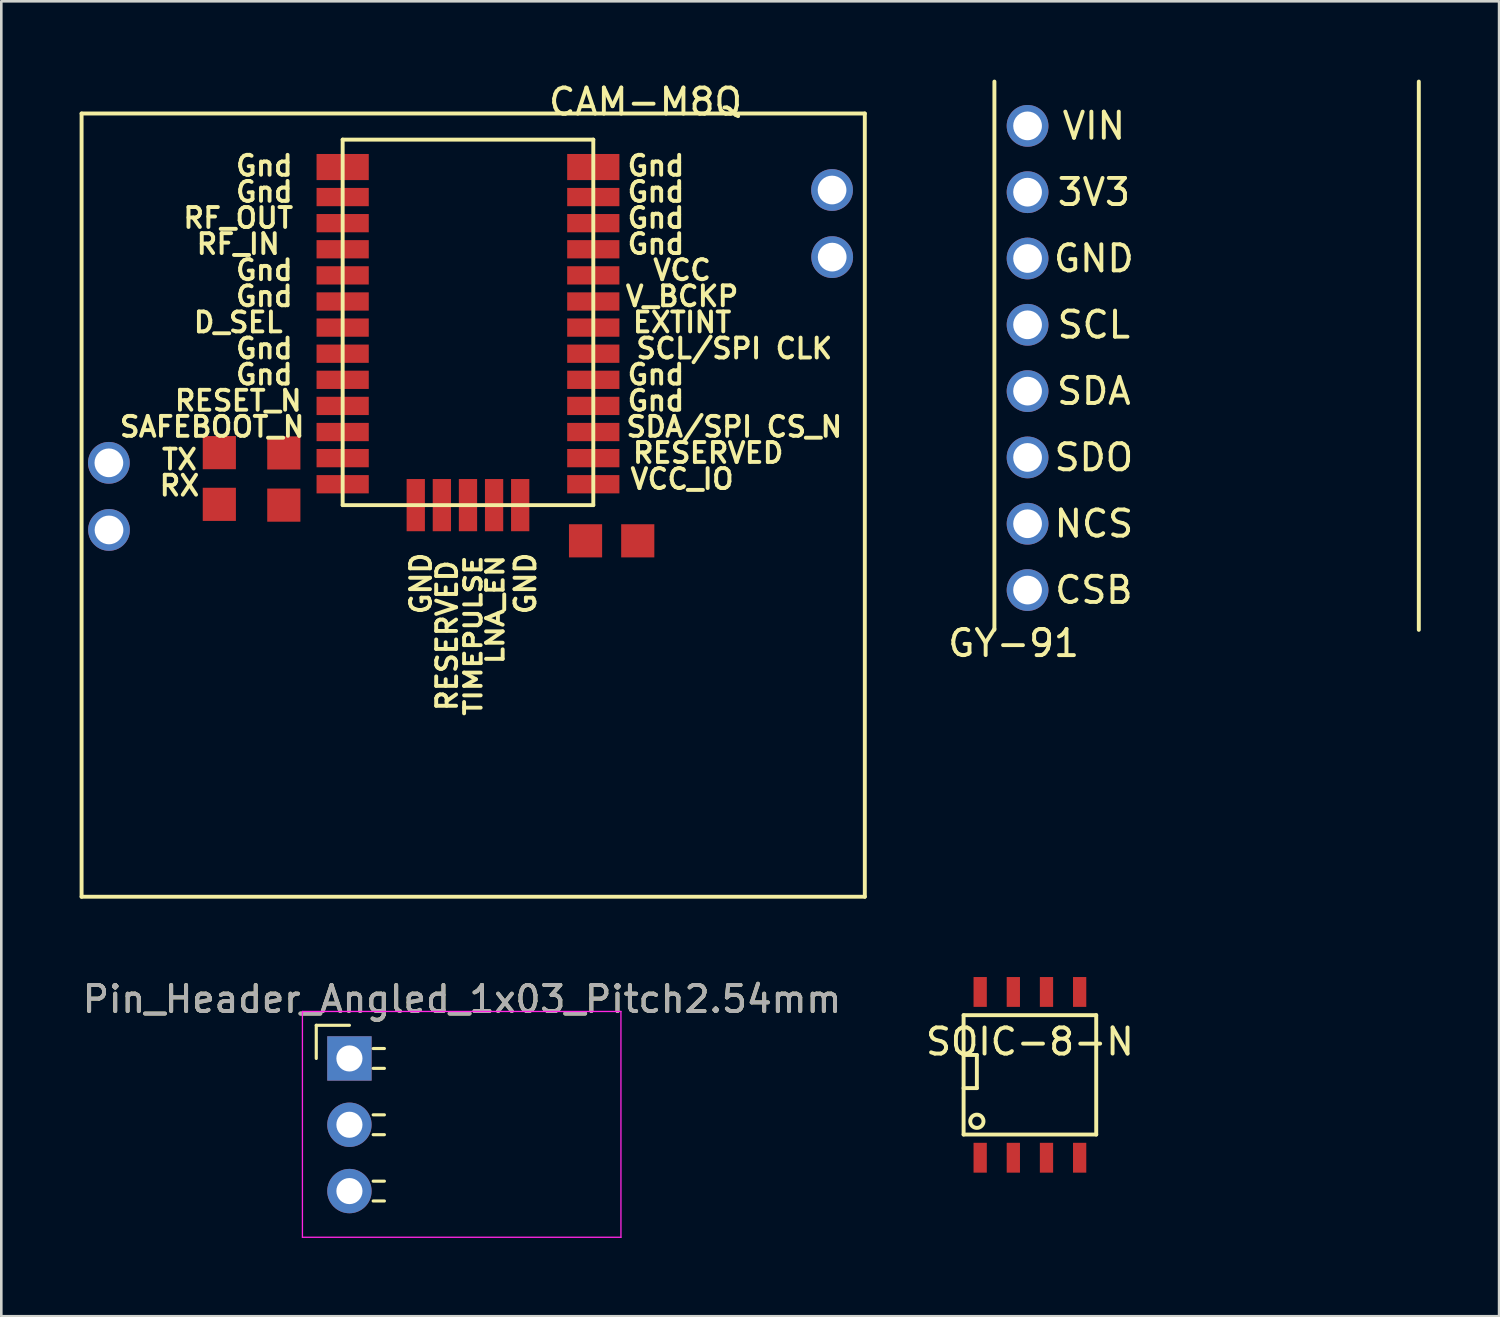
<source format=kicad_pcb>
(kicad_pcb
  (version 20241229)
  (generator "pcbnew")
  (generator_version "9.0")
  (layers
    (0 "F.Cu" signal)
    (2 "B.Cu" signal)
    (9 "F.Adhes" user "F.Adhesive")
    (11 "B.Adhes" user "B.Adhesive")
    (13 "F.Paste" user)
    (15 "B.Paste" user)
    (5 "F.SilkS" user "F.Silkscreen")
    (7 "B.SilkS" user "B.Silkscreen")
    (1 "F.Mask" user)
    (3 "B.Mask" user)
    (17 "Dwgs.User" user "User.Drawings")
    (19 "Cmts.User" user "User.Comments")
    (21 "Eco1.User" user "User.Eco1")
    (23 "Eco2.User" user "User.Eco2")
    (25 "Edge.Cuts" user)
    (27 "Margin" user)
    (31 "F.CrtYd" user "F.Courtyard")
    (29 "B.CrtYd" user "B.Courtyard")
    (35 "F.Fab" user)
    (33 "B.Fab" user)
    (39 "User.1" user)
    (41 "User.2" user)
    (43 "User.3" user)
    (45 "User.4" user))
  (footprint "Pin_Header_Angled_1x03_Pitch2.54mm"
    (layer "F.Cu")
    (at 10.334 37.492)
    (property "Reference" "Pin_Header_Angled_1x03_Pitch2.54mm" (at 4.315 -2.27 0) (layer "F.SilkS") (effects (font (size 1 1) (thickness 0.15))))
    (attr through_hole)
    (fp_line (start -1.27 -1.27) (end 0 -1.27) (stroke (width 0.12) (type solid)) (layer "F.SilkS"))
    (fp_line (start -1.27 0) (end -1.27 -1.27) (stroke (width 0.12) (type solid)) (layer "F.SilkS"))
    (fp_line (start 0.91 -0.38) (end 1.34 -0.38) (stroke (width 0.12) (type solid)) (layer "F.SilkS"))
    (fp_line (start 0.91 0.38) (end 1.34 0.38) (stroke (width 0.12) (type solid)) (layer "F.SilkS"))
    (fp_line (start 0.91 2.16) (end 1.34 2.16) (stroke (width 0.12) (type solid)) (layer "F.SilkS"))
    (fp_line (start 0.91 2.92) (end 1.34 2.92) (stroke (width 0.12) (type solid)) (layer "F.SilkS"))
    (fp_line (start 0.91 4.7) (end 1.34 4.7) (stroke (width 0.12) (type solid)) (layer "F.SilkS"))
    (fp_line (start 0.91 5.46) (end 1.34 5.46) (stroke (width 0.12) (type solid)) (layer "F.SilkS"))
    (fp_line (start -1.8 -1.8) (end -1.8 6.85) (stroke (width 0.05) (type solid)) (layer "F.CrtYd"))
    (fp_line (start -1.8 6.85) (end 10.4 6.85) (stroke (width 0.05) (type solid)) (layer "F.CrtYd"))
    (fp_line (start 10.4 -1.8) (end -1.8 -1.8) (stroke (width 0.05) (type solid)) (layer "F.CrtYd"))
    (fp_line (start 10.4 6.85) (end 10.4 -1.8) (stroke (width 0.05) (type solid)) (layer "F.CrtYd"))
    (fp_line (start 0 -0.32) (end 0 0.32) (stroke (width 0.1) (type solid)) (layer "F.Fab"))
    (fp_line (start 0 2.22) (end 0 2.86) (stroke (width 0.1) (type solid)) (layer "F.Fab"))
    (fp_line (start 0 4.76) (end 0 5.4) (stroke (width 0.1) (type solid)) (layer "F.Fab"))
    (fp_text user "${REFERENCE}" (at 4.315 -2.27 0) (layer "F.Fab") (effects (font (size 1 1) (thickness 0.15))))
    (pad "1" thru_hole rect (at 0 0) (size 1.7 1.7) (drill 1) (layers "*.Cu" "*.Mask"))
    (pad "2" thru_hole oval (at 0 2.54) (size 1.7 1.7) (drill 1) (layers "*.Cu" "*.Mask"))
    (pad "3" thru_hole oval (at 0 5.08) (size 1.7 1.7) (drill 1) (layers "*.Cu" "*.Mask")))
  (footprint "GY-91"
    (layer "F.Cu")
    (at 35.039 21.075)
    (property "Reference" "GY-91" (at 0.736 0.512 0) (layer "F.SilkS") (effects (font (size 1 1) (thickness 0.15))))
    (attr through_hole)
    (fp_line (start 0 0) (end 0 -21) (stroke (width 0.15) (type solid)) (layer "F.SilkS"))
    (fp_line (start 16.256 -21) (end 16.256 0) (stroke (width 0.15) (type solid)) (layer "F.SilkS"))
    (fp_text user "SDA" (at 3.81 -9.144 0) (layer "F.SilkS") (effects (font (size 1 1) (thickness 0.15))))
    (fp_text user "CSB" (at 3.81 -1.524 0) (layer "F.SilkS") (effects (font (size 1 1) (thickness 0.15))))
    (fp_text user "VIN" (at 3.81 -19.304 0) (layer "F.SilkS") (effects (font (size 1 1) (thickness 0.15))))
    (fp_text user "3V3" (at 3.81 -16.764 0) (layer "F.SilkS") (effects (font (size 1 1) (thickness 0.15))))
    (fp_text user "GND" (at 3.81 -14.224 0) (layer "F.SilkS") (effects (font (size 1 1) (thickness 0.15))))
    (fp_text user "NCS" (at 3.81 -4.064 0) (layer "F.SilkS") (effects (font (size 1 1) (thickness 0.15))))
    (fp_text user "SDO" (at 3.81 -6.604 0) (layer "F.SilkS") (effects (font (size 1 1) (thickness 0.15))))
    (fp_text user "SCL" (at 3.81 -11.684 0) (layer "F.SilkS") (effects (font (size 1 1) (thickness 0.15))))
    (pad "1" thru_hole circle (at 1.27 -19.304) (size 1.6 1.6) (drill 1.1) (layers "*.Cu" "*.Mask"))
    (pad "2" thru_hole circle (at 1.27 -16.764) (size 1.6 1.6) (drill 1.1) (layers "*.Cu" "*.Mask"))
    (pad "3" thru_hole circle (at 1.27 -14.224) (size 1.6 1.6) (drill 1.1) (layers "*.Cu" "*.Mask"))
    (pad "4" thru_hole circle (at 1.27 -11.684) (size 1.6 1.6) (drill 1.1) (layers "*.Cu" "*.Mask"))
    (pad "5" thru_hole circle (at 1.27 -9.144) (size 1.6 1.6) (drill 1.1) (layers "*.Cu" "*.Mask"))
    (pad "6" thru_hole circle (at 1.27 -6.604) (size 1.6 1.6) (drill 1.1) (layers "*.Cu" "*.Mask"))
    (pad "7" thru_hole circle (at 1.27 -4.064) (size 1.6 1.6) (drill 1.1) (layers "*.Cu" "*.Mask"))
    (pad "8" thru_hole circle (at 1.27 -1.524) (size 1.6 1.6) (drill 1.1) (layers "*.Cu" "*.Mask")))
  (footprint "SOIC-8-N"
    (layer "F.Cu")
    (at 36.399 38.12)
    (property "Reference" "SOIC-8-N" (at 0 -1.27 0) (layer "F.SilkS") (effects (font (size 1 1) (thickness 0.15))))
    (attr smd)
    (fp_line (start -2.54 -2.286) (end 2.54 -2.286) (stroke (width 0.15) (type solid)) (layer "F.SilkS"))
    (fp_line (start -2.54 -0.762) (end -2.032 -0.762) (stroke (width 0.15) (type solid)) (layer "F.SilkS"))
    (fp_line (start -2.54 2.286) (end -2.54 -2.286) (stroke (width 0.15) (type solid)) (layer "F.SilkS"))
    (fp_line (start -2.032 -0.762) (end -2.032 0.508) (stroke (width 0.15) (type solid)) (layer "F.SilkS"))
    (fp_line (start -2.032 0.508) (end -2.54 0.508) (stroke (width 0.15) (type solid)) (layer "F.SilkS"))
    (fp_line (start 2.54 -2.286) (end 2.54 2.286) (stroke (width 0.15) (type solid)) (layer "F.SilkS"))
    (fp_line (start 2.54 2.286) (end -2.54 2.286) (stroke (width 0.15) (type solid)) (layer "F.SilkS"))
    (fp_circle (center -2.032 1.778) (end -1.778 1.778) (stroke (width 0.15) (type solid)) (fill no) (layer "F.SilkS"))
    (pad "1" smd rect (at -1.905 3.175) (size 0.508 1.143) (layers "F.Cu" "F.Mask" "F.Paste"))
    (pad "2" smd rect (at -0.635 3.175) (size 0.508 1.143) (layers "F.Cu" "F.Mask" "F.Paste"))
    (pad "3" smd rect (at 0.635 3.175) (size 0.508 1.143) (layers "F.Cu" "F.Mask" "F.Paste"))
    (pad "4" smd rect (at 1.905 3.175) (size 0.508 1.143) (layers "F.Cu" "F.Mask" "F.Paste"))
    (pad "5" smd rect (at 1.905 -3.175) (size 0.508 1.143) (layers "F.Cu" "F.Mask" "F.Paste"))
    (pad "6" smd rect (at 0.635 -3.175) (size 0.508 1.143) (layers "F.Cu" "F.Mask" "F.Paste"))
    (pad "7" smd rect (at -0.635 -3.175) (size 0.508 1.143) (layers "F.Cu" "F.Mask" "F.Paste"))
    (pad "8" smd rect (at -1.905 -3.175) (size 0.508 1.143) (layers "F.Cu" "F.Mask" "F.Paste")))
  (footprint "CAM-M8Q"
    (layer "F.Cu")
    (at 10.075 2.298)
    (property "Reference" "CAM-M8Q" (at 11.6 -1.45 0) (layer "F.SilkS") (effects (font (size 1 1) (thickness 0.15))))
    (attr through_hole)
    (fp_line (start -10 -1) (end 20 -1) (stroke (width 0.15) (type solid)) (layer "F.SilkS"))
    (fp_line (start -10 29) (end -10 -1) (stroke (width 0.15) (type solid)) (layer "F.SilkS"))
    (fp_line (start 0 0) (end 0 14) (stroke (width 0.15) (type solid)) (layer "F.SilkS"))
    (fp_line (start 0 0) (end 9.6 0) (stroke (width 0.15) (type solid)) (layer "F.SilkS"))
    (fp_line (start 0 14) (end 9.6 14) (stroke (width 0.15) (type solid)) (layer "F.SilkS"))
    (fp_line (start 9.6 14) (end 9.6 0) (stroke (width 0.15) (type solid)) (layer "F.SilkS"))
    (fp_line (start 20 -1) (end 20 29) (stroke (width 0.15) (type solid)) (layer "F.SilkS"))
    (fp_line (start 20 29) (end -10 29) (stroke (width 0.15) (type solid)) (layer "F.SilkS"))
    (fp_text user "LNA_EN" (at 5.842 18 90) (layer "F.SilkS") (effects (font (size 0.635 0.762) (thickness 0.15))))
    (fp_text user "TIMEPULSE" (at 5 19 90) (layer "F.SilkS") (effects (font (size 0.635 0.762) (thickness 0.15))))
    (fp_text user "SAFEBOOT_N" (at -5 11 0) (layer "F.SilkS") (effects (font (size 0.762 0.762) (thickness 0.15))))
    (fp_text user "GND" (at 7 17 90) (layer "F.SilkS") (effects (font (size 0.762 0.762) (thickness 0.15))))
    (fp_text user "RF_OUT" (at -4 3 0) (layer "F.SilkS") (effects (font (size 0.762 0.762) (thickness 0.15))))
    (fp_text user "RESET_N" (at -4 10 0) (layer "F.SilkS") (effects (font (size 0.762 0.762) (thickness 0.15))))
    (fp_text user "Gnd" (at -3 2 0) (layer "F.SilkS") (effects (font (size 0.762 0.762) (thickness 0.15))))
    (fp_text user "Gnd" (at 12 3 0) (layer "F.SilkS") (effects (font (size 0.762 0.762) (thickness 0.15))))
    (fp_text user "Gnd" (at 12 9 0) (layer "F.SilkS") (effects (font (size 0.762 0.762) (thickness 0.15))))
    (fp_text user "RESERVED" (at 14 12 0) (layer "F.SilkS") (effects (font (size 0.762 0.762) (thickness 0.15))))
    (fp_text user "Gnd" (at -3 8 0) (layer "F.SilkS") (effects (font (size 0.762 0.762) (thickness 0.15))))
    (fp_text user "Gnd" (at -3 1 0) (layer "F.SilkS") (effects (font (size 0.762 0.762) (thickness 0.15))))
    (fp_text user "Gnd" (at -3 9 0) (layer "F.SilkS") (effects (font (size 0.762 0.762) (thickness 0.15))))
    (fp_text user "RX" (at -6.251 13.254 0) (layer "F.SilkS") (effects (font (size 0.762 0.762) (thickness 0.15))))
    (fp_text user "RF_IN" (at -4 4 0) (layer "F.SilkS") (effects (font (size 0.762 0.762) (thickness 0.15))))
    (fp_text user "SCL/SPI CLK" (at 15 8 0) (layer "F.SilkS") (effects (font (size 0.762 0.762) (thickness 0.15))))
    (fp_text user "TX" (at -6.251 12.254 0) (layer "F.SilkS") (effects (font (size 0.762 0.762) (thickness 0.15))))
    (fp_text user "EXTINT" (at 13 7 0) (layer "F.SilkS") (effects (font (size 0.762 0.762) (thickness 0.15))))
    (fp_text user "Gnd" (at 12 4 0) (layer "F.SilkS") (effects (font (size 0.762 0.762) (thickness 0.15))))
    (fp_text user "Gnd" (at -3 6 0) (layer "F.SilkS") (effects (font (size 0.762 0.762) (thickness 0.15))))
    (fp_text user "V_BCKP" (at 13 6 0) (layer "F.SilkS") (effects (font (size 0.762 0.762) (thickness 0.15))))
    (fp_text user "Gnd" (at 12 2 0) (layer "F.SilkS") (effects (font (size 0.762 0.762) (thickness 0.15))))
    (fp_text user "GND" (at 3 17 90) (layer "F.SilkS") (effects (font (size 0.762 0.762) (thickness 0.15))))
    (fp_text user "D_SEL" (at -4 7 0) (layer "F.SilkS") (effects (font (size 0.762 0.762) (thickness 0.15))))
    (fp_text user "VCC" (at 13 5 0) (layer "F.SilkS") (effects (font (size 0.762 0.762) (thickness 0.15))))
    (fp_text user "Gnd" (at -3 5 0) (layer "F.SilkS") (effects (font (size 0.762 0.762) (thickness 0.15))))
    (fp_text user "SDA/SPI CS_N" (at 15 11 0) (layer "F.SilkS") (effects (font (size 0.762 0.762) (thickness 0.15))))
    (fp_text user "RESERVED" (at 4 19 90) (layer "F.SilkS") (effects (font (size 0.762 0.762) (thickness 0.15))))
    (fp_text user "Gnd" (at 12 10 0) (layer "F.SilkS") (effects (font (size 0.762 0.762) (thickness 0.15))))
    (fp_text user "Gnd" (at 12 1 0) (layer "F.SilkS") (effects (font (size 0.762 0.762) (thickness 0.15))))
    (fp_text user "VCC_IO" (at 13 13 0) (layer "F.SilkS") (effects (font (size 0.762 0.762) (thickness 0.15))))
    (pad "1" smd rect (at 9.6 13.2) (size 2 0.7) (layers "F.Cu" "F.Mask" "F.Paste"))
    (pad "2" smd rect (at 9.6 12.2) (size 2 0.7) (layers "F.Cu" "F.Mask" "F.Paste"))
    (pad "3" smd rect (at 9.6 11.2) (size 2 0.7) (layers "F.Cu" "F.Mask" "F.Paste"))
    (pad "4" smd rect (at 9.6 10.2) (size 2 0.7) (layers "F.Cu" "F.Mask" "F.Paste"))
    (pad "5" smd rect (at 9.6 9.2) (size 2 0.7) (layers "F.Cu" "F.Mask" "F.Paste"))
    (pad "6" smd rect (at 9.6 8.2) (size 2 0.7) (layers "F.Cu" "F.Mask" "F.Paste"))
    (pad "7" smd rect (at 9.6 7.2) (size 2 0.7) (layers "F.Cu" "F.Mask" "F.Paste"))
    (pad "8" smd rect (at 9.6 6.2) (size 2 0.7) (layers "F.Cu" "F.Mask" "F.Paste"))
    (pad "9" smd rect (at 9.6 5.2) (size 2 0.7) (layers "F.Cu" "F.Mask" "F.Paste"))
    (pad "10" smd rect (at 9.6 4.2) (size 2 0.7) (layers "F.Cu" "F.Mask" "F.Paste"))
    (pad "11" smd rect (at 9.6 3.2) (size 2 0.7) (layers "F.Cu" "F.Mask" "F.Paste"))
    (pad "12" smd rect (at 9.6 2.2) (size 2 0.7) (layers "F.Cu" "F.Mask" "F.Paste"))
    (pad "13" smd rect (at 9.6 1.05) (size 2 1) (layers "F.Cu" "F.Mask" "F.Paste"))
    (pad "14" smd rect (at 0 1.05) (size 2 1) (layers "F.Cu" "F.Mask" "F.Paste"))
    (pad "15" smd rect (at 0 2.2) (size 2 0.7) (layers "F.Cu" "F.Mask" "F.Paste"))
    (pad "16" smd rect (at 0 3.2) (size 2 0.7) (layers "F.Cu" "F.Mask" "F.Paste"))
    (pad "17" smd rect (at 0 4.2) (size 2 0.7) (layers "F.Cu" "F.Mask" "F.Paste"))
    (pad "18" smd rect (at 0 5.2) (size 2 0.7) (layers "F.Cu" "F.Mask" "F.Paste"))
    (pad "19" smd rect (at 0 6.2) (size 2 0.7) (layers "F.Cu" "F.Mask" "F.Paste"))
    (pad "20" smd rect (at 0 7.2) (size 2 0.7) (layers "F.Cu" "F.Mask" "F.Paste"))
    (pad "21" smd rect (at 0 8.2) (size 2 0.7) (layers "F.Cu" "F.Mask" "F.Paste"))
    (pad "22" smd rect (at 0 9.2) (size 2 0.7) (layers "F.Cu" "F.Mask" "F.Paste"))
    (pad "23" smd rect (at 0 10.2) (size 2 0.7) (layers "F.Cu" "F.Mask" "F.Paste"))
    (pad "24" smd rect (at 0 11.2) (size 2 0.7) (layers "F.Cu" "F.Mask" "F.Paste"))
    (pad "25" smd rect (at 0 12.2) (size 2 0.7) (layers "F.Cu" "F.Mask" "F.Paste"))
    (pad "26" smd rect (at 0 13.2) (size 2 0.7) (layers "F.Cu" "F.Mask" "F.Paste"))
    (pad "27" smd rect (at 2.8 14) (size 0.7 2) (layers "F.Cu" "F.Mask" "F.Paste"))
    (pad "28" smd rect (at 3.8 14) (size 0.7 2) (layers "F.Cu" "F.Mask" "F.Paste"))
    (pad "29" smd rect (at 4.8 14) (size 0.7 2) (layers "F.Cu" "F.Mask" "F.Paste"))
    (pad "30" smd rect (at 5.8 14) (size 0.7 2) (layers "F.Cu" "F.Mask" "F.Paste"))
    (pad "31" smd rect (at 6.8 14) (size 0.7 2) (layers "F.Cu" "F.Mask" "F.Paste"))
    (pad "50" smd rect (at 9.303 15.367) (size 1.27 1.27) (layers "F.Cu" "F.Mask" "F.Paste"))
    (pad "51" smd rect (at 11.303 15.367) (size 1.27 1.27) (layers "F.Cu" "F.Mask" "F.Paste"))
    (pad "53" smd rect (at -2.254 14) (size 1.27 1.27) (layers "F.Cu" "F.Mask" "F.Paste"))
    (pad "54" smd rect (at -4.724 13.97) (size 1.27 1.27) (layers "F.Cu" "F.Mask" "F.Paste"))
    (pad "55" smd rect (at -2.254 12) (size 1.27 1.27) (layers "F.Cu" "F.Mask" "F.Paste"))
    (pad "56" smd rect (at -4.724 11.989) (size 1.27 1.27) (layers "F.Cu" "F.Mask" "F.Paste"))
    (pad "60" thru_hole circle (at 18.745 1.93) (size 1.6 1.6) (drill 1.1) (layers "*.Cu" "*.Mask"))
    (pad "61" thru_hole circle (at 18.75 4.5) (size 1.6 1.6) (drill 1.1) (layers "*.Cu" "*.Mask"))
    (pad "62" thru_hole circle (at -8.955 12.38) (size 1.6 1.6) (drill 1.1) (layers "*.Cu" "*.Mask"))
    (pad "63" thru_hole circle (at -8.95 14.95) (size 1.6 1.6) (drill 1.1) (layers "*.Cu" "*.Mask")))
  (gr_rect
    (start -3 -3)
    (end 54.37 47.367)
    (stroke (width 0.1) (type default))
    (fill no)
    (layer "Edge.Cuts")))
</source>
